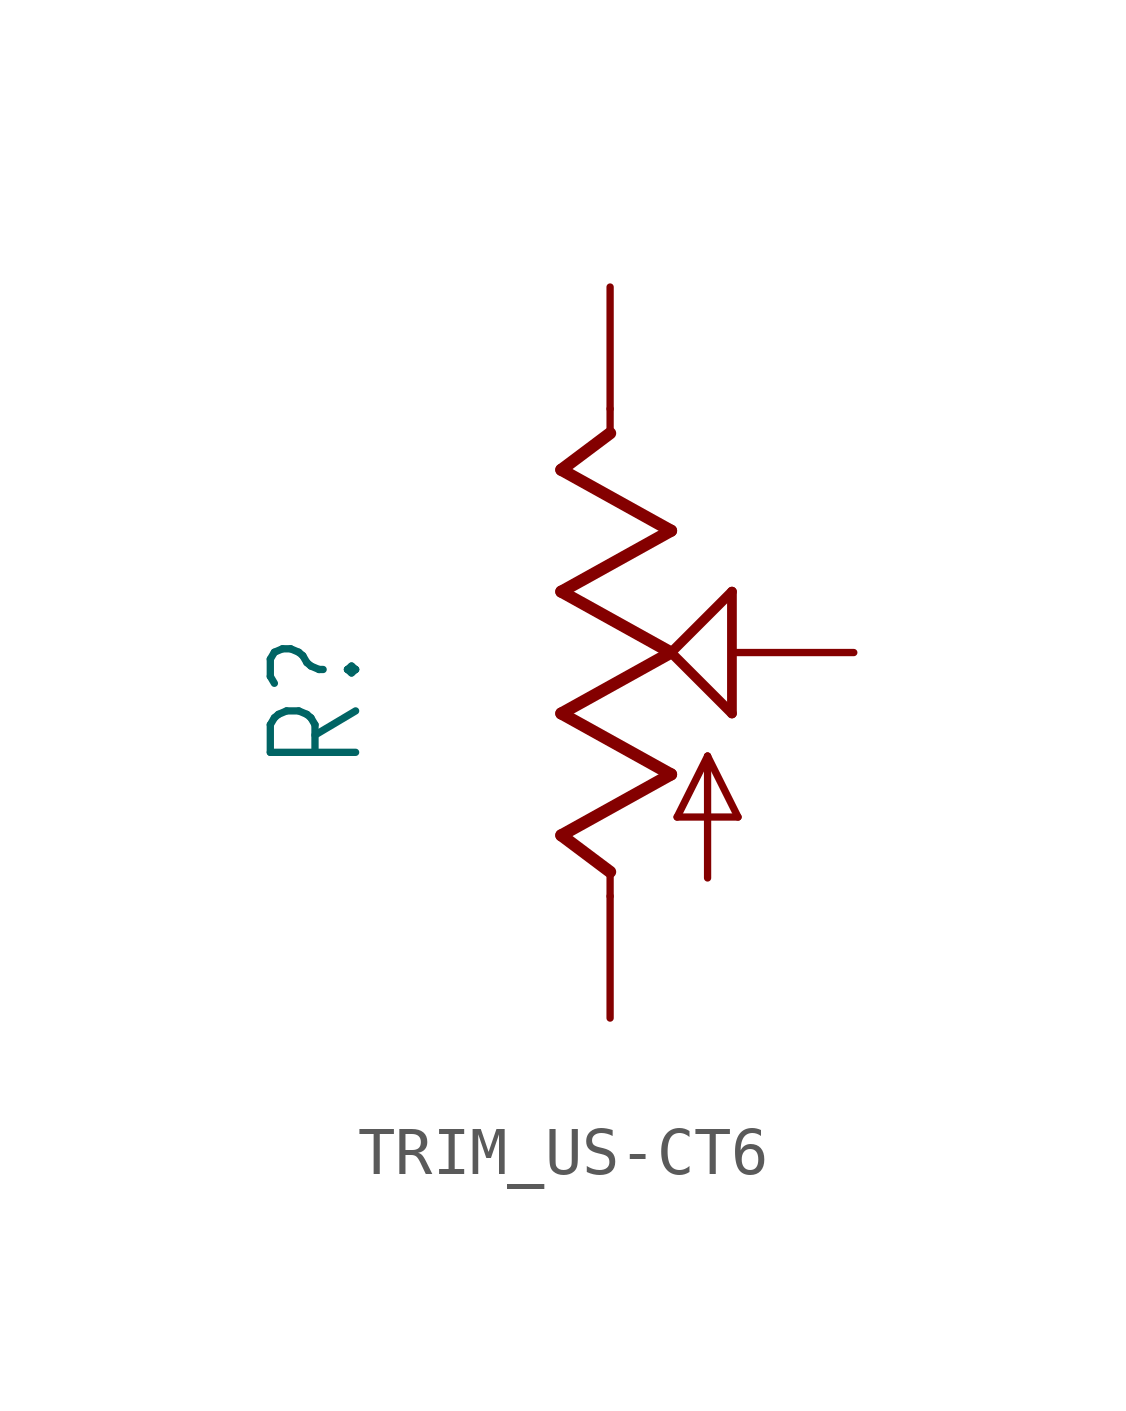
<source format=kicad_sym>
(kicad_symbol_lib
  (version 20241209)
  (generator "kicad_symbol_editor")
  (generator_version "9.0")
  (symbol "TRIM_US-CT6"
    (property "Reference" "R"
      (at -5.08 -2.54 90)
      (effects (font (size 1.778 1.511)) (justify left bottom)))
    (property "Value" ""
      (at -2.54 -2.54 90)
      (effects (font (size 1.778 1.511)) (justify left bottom)))
    (property "ki_locked" ""
      (at 0 0 0)
      (effects (font (size 1.27 1.27))))
    (symbol "TRIM_US-CT6_1_0"
      (polyline (pts (xy -1.016 3.81) (xy 0 4.572)) (stroke (width 0.254) (type solid)) (fill (type none)))
      (polyline (pts (xy -1.016 1.27) (xy 1.27 2.54)) (stroke (width 0.254) (type solid)) (fill (type none)))
      (polyline (pts (xy -1.016 -1.27) (xy 1.27 0)) (stroke (width 0.254) (type solid)) (fill (type none)))
      (polyline (pts (xy -1.016 -3.81) (xy 1.27 -2.54)) (stroke (width 0.254) (type solid)) (fill (type none)))
      (polyline (pts (xy 0 4.572) (xy 0 5.08)) (stroke (width 0.152) (type solid)) (fill (type none)))
      (polyline (pts (xy 0 -4.572) (xy -1.016 -3.81)) (stroke (width 0.254) (type solid)) (fill (type none)))
      (polyline (pts (xy 0 -5.08) (xy 0 -4.572)) (stroke (width 0.152) (type solid)) (fill (type none)))
      (polyline (pts (xy 1.27 2.54) (xy -1.016 3.81)) (stroke (width 0.254) (type solid)) (fill (type none)))
      (polyline (pts (xy 1.27 0) (xy -1.016 1.27)) (stroke (width 0.254) (type solid)) (fill (type none)))
      (polyline (pts (xy 1.27 0) (xy 2.54 1.27)) (stroke (width 0.203) (type solid)) (fill (type none)))
      (polyline (pts (xy 1.27 -2.54) (xy -1.016 -1.27)) (stroke (width 0.254) (type solid)) (fill (type none)))
      (polyline (pts (xy 1.397 -3.429) (xy 2.032 -2.159)) (stroke (width 0.152) (type solid)) (fill (type none)))
      (polyline (pts (xy 2.032 -2.159) (xy 2.667 -3.429)) (stroke (width 0.152) (type solid)) (fill (type none)))
      (polyline (pts (xy 2.032 -4.699) (xy 2.032 -2.159)) (stroke (width 0.152) (type solid)) (fill (type none)))
      (polyline (pts (xy 2.54 1.27) (xy 2.54 -1.27)) (stroke (width 0.203) (type solid)) (fill (type none)))
      (polyline (pts (xy 2.54 -1.27) (xy 1.27 0)) (stroke (width 0.203) (type solid)) (fill (type none)))
      (polyline (pts (xy 2.667 -3.429) (xy 1.397 -3.429)) (stroke (width 0.152) (type solid)) (fill (type none)))
      (pin passive line (at 0 7.62 270) (length 2.54) (name "E" (effects (font (size 0 0)))) (number "E" (effects (font (size 0 0)))))
      (pin passive line (at 0 -7.62 90) (length 2.54) (name "A" (effects (font (size 0 0)))) (number "A" (effects (font (size 0 0)))))
      (pin passive line (at 5.08 0 180) (length 2.54) (name "S" (effects (font (size 0 0)))) (number "S" (effects (font (size 0 0))))))))
</source>
